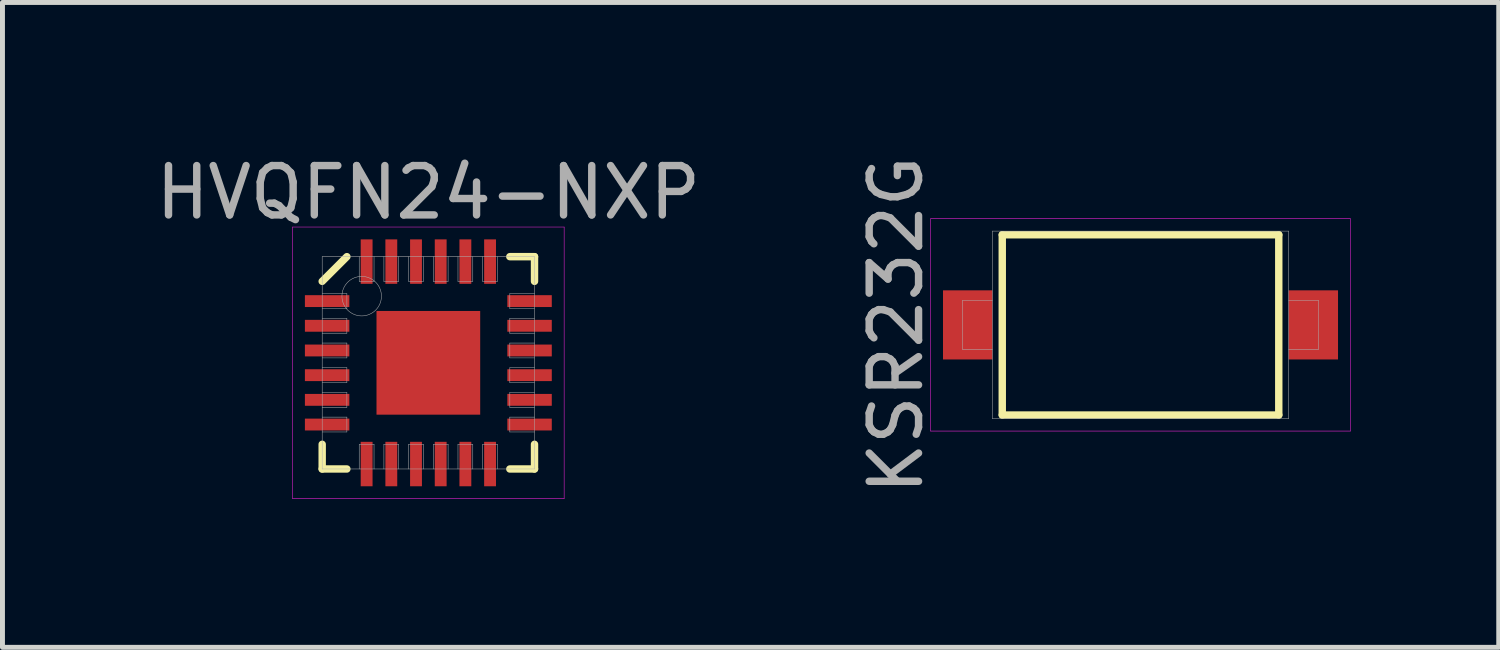
<source format=kicad_pcb>
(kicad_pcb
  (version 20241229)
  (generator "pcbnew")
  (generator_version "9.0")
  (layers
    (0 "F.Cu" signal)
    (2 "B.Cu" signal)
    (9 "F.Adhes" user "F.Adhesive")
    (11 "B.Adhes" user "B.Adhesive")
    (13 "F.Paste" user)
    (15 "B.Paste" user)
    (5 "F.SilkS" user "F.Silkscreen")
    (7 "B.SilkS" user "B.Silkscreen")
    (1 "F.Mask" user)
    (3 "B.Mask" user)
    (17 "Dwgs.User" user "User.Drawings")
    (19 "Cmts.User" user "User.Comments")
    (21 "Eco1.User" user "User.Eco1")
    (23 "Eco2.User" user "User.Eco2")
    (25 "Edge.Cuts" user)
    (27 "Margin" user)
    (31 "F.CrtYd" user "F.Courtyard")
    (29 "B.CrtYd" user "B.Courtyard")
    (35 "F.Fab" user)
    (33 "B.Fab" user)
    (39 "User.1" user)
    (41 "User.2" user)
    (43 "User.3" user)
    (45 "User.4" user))
  (footprint "HVQFN24-NXP"
    (layer "F.Cu")
    (at 5.625 4.298)
    (property "Reference" "HVQFN24-NXP" (at 0 -3.45 0) (layer "F.Fab") (effects (font (size 1 1) (thickness 0.15))))
    (attr through_hole)
    (fp_line (start -2.15 -1.65) (end -1.65 -2.15) (stroke (width 0.15) (type solid)) (layer "F.SilkS"))
    (fp_line (start -2.15 2.15) (end -2.15 1.65) (stroke (width 0.15) (type solid)) (layer "F.SilkS"))
    (fp_line (start -1.65 2.15) (end -2.15 2.15) (stroke (width 0.15) (type solid)) (layer "F.SilkS"))
    (fp_line (start 1.65 -2.15) (end 2.15 -2.15) (stroke (width 0.15) (type solid)) (layer "F.SilkS"))
    (fp_line (start 1.65 2.15) (end 2.15 2.15) (stroke (width 0.15) (type solid)) (layer "F.SilkS"))
    (fp_line (start 2.15 -2.15) (end 2.15 -1.65) (stroke (width 0.15) (type solid)) (layer "F.SilkS"))
    (fp_line (start 2.15 2.15) (end 2.15 1.65) (stroke (width 0.15) (type solid)) (layer "F.SilkS"))
    (fp_line (start -2.75 -2.75) (end 2.75 -2.75) (stroke (width 0.01) (type solid)) (layer "F.CrtYd"))
    (fp_line (start -2.75 2.75) (end -2.75 -2.75) (stroke (width 0.01) (type solid)) (layer "F.CrtYd"))
    (fp_line (start 2.75 -2.75) (end 2.75 2.75) (stroke (width 0.01) (type solid)) (layer "F.CrtYd"))
    (fp_line (start 2.75 2.75) (end -2.75 2.75) (stroke (width 0.01) (type solid)) (layer "F.CrtYd"))
    (fp_line (start -2.15 -2.15) (end 2.15 -2.15) (stroke (width 0.01) (type solid)) (layer "F.Fab"))
    (fp_line (start -2.15 -1.1) (end -1.65 -1.1) (stroke (width 0.01) (type solid)) (layer "F.Fab"))
    (fp_line (start -2.15 -0.6) (end -1.65 -0.6) (stroke (width 0.01) (type solid)) (layer "F.Fab"))
    (fp_line (start -2.15 -0.1) (end -1.65 -0.1) (stroke (width 0.01) (type solid)) (layer "F.Fab"))
    (fp_line (start -2.15 0.4) (end -1.65 0.4) (stroke (width 0.01) (type solid)) (layer "F.Fab"))
    (fp_line (start -2.15 0.9) (end -1.65 0.9) (stroke (width 0.01) (type solid)) (layer "F.Fab"))
    (fp_line (start -2.15 1.4) (end -1.65 1.4) (stroke (width 0.01) (type solid)) (layer "F.Fab"))
    (fp_line (start -2.15 2.15) (end -2.15 -2.15) (stroke (width 0.01) (type solid)) (layer "F.Fab"))
    (fp_line (start -1.65 -1.4) (end -2.15 -1.4) (stroke (width 0.01) (type solid)) (layer "F.Fab"))
    (fp_line (start -1.65 -1.1) (end -1.65 -1.4) (stroke (width 0.01) (type solid)) (layer "F.Fab"))
    (fp_line (start -1.65 -0.9) (end -2.15 -0.9) (stroke (width 0.01) (type solid)) (layer "F.Fab"))
    (fp_line (start -1.65 -0.6) (end -1.65 -0.9) (stroke (width 0.01) (type solid)) (layer "F.Fab"))
    (fp_line (start -1.65 -0.4) (end -2.15 -0.4) (stroke (width 0.01) (type solid)) (layer "F.Fab"))
    (fp_line (start -1.65 -0.1) (end -1.65 -0.4) (stroke (width 0.01) (type solid)) (layer "F.Fab"))
    (fp_line (start -1.65 0.1) (end -2.15 0.1) (stroke (width 0.01) (type solid)) (layer "F.Fab"))
    (fp_line (start -1.65 0.4) (end -1.65 0.1) (stroke (width 0.01) (type solid)) (layer "F.Fab"))
    (fp_line (start -1.65 0.6) (end -2.15 0.6) (stroke (width 0.01) (type solid)) (layer "F.Fab"))
    (fp_line (start -1.65 0.9) (end -1.65 0.6) (stroke (width 0.01) (type solid)) (layer "F.Fab"))
    (fp_line (start -1.65 1.1) (end -2.15 1.1) (stroke (width 0.01) (type solid)) (layer "F.Fab"))
    (fp_line (start -1.65 1.4) (end -1.65 1.1) (stroke (width 0.01) (type solid)) (layer "F.Fab"))
    (fp_line (start -1.4 -2.15) (end -1.4 -1.65) (stroke (width 0.01) (type solid)) (layer "F.Fab"))
    (fp_line (start -1.4 -1.65) (end -1.1 -1.65) (stroke (width 0.01) (type solid)) (layer "F.Fab"))
    (fp_line (start -1.4 1.65) (end -1.4 2.15) (stroke (width 0.01) (type solid)) (layer "F.Fab"))
    (fp_line (start -1.1 -1.65) (end -1.1 -2.15) (stroke (width 0.01) (type solid)) (layer "F.Fab"))
    (fp_line (start -1.1 1.65) (end -1.4 1.65) (stroke (width 0.01) (type solid)) (layer "F.Fab"))
    (fp_line (start -1.1 2.15) (end -1.1 1.65) (stroke (width 0.01) (type solid)) (layer "F.Fab"))
    (fp_line (start -0.9 -2.15) (end -0.9 -1.65) (stroke (width 0.01) (type solid)) (layer "F.Fab"))
    (fp_line (start -0.9 -1.65) (end -0.6 -1.65) (stroke (width 0.01) (type solid)) (layer "F.Fab"))
    (fp_line (start -0.9 1.65) (end -0.9 2.15) (stroke (width 0.01) (type solid)) (layer "F.Fab"))
    (fp_line (start -0.6 -1.65) (end -0.6 -2.15) (stroke (width 0.01) (type solid)) (layer "F.Fab"))
    (fp_line (start -0.6 1.65) (end -0.9 1.65) (stroke (width 0.01) (type solid)) (layer "F.Fab"))
    (fp_line (start -0.6 2.15) (end -0.6 1.65) (stroke (width 0.01) (type solid)) (layer "F.Fab"))
    (fp_line (start -0.4 -2.15) (end -0.4 -1.65) (stroke (width 0.01) (type solid)) (layer "F.Fab"))
    (fp_line (start -0.4 -1.65) (end -0.1 -1.65) (stroke (width 0.01) (type solid)) (layer "F.Fab"))
    (fp_line (start -0.4 1.65) (end -0.4 2.15) (stroke (width 0.01) (type solid)) (layer "F.Fab"))
    (fp_line (start -0.1 -1.65) (end -0.1 -2.15) (stroke (width 0.01) (type solid)) (layer "F.Fab"))
    (fp_line (start -0.1 1.65) (end -0.4 1.65) (stroke (width 0.01) (type solid)) (layer "F.Fab"))
    (fp_line (start -0.1 2.15) (end -0.1 1.65) (stroke (width 0.01) (type solid)) (layer "F.Fab"))
    (fp_line (start 0.1 -2.15) (end 0.1 -1.65) (stroke (width 0.01) (type solid)) (layer "F.Fab"))
    (fp_line (start 0.1 -1.65) (end 0.4 -1.65) (stroke (width 0.01) (type solid)) (layer "F.Fab"))
    (fp_line (start 0.1 1.65) (end 0.1 2.15) (stroke (width 0.01) (type solid)) (layer "F.Fab"))
    (fp_line (start 0.4 -1.65) (end 0.4 -2.15) (stroke (width 0.01) (type solid)) (layer "F.Fab"))
    (fp_line (start 0.4 1.65) (end 0.1 1.65) (stroke (width 0.01) (type solid)) (layer "F.Fab"))
    (fp_line (start 0.4 2.15) (end 0.4 1.65) (stroke (width 0.01) (type solid)) (layer "F.Fab"))
    (fp_line (start 0.6 -2.15) (end 0.6 -1.65) (stroke (width 0.01) (type solid)) (layer "F.Fab"))
    (fp_line (start 0.6 -1.65) (end 0.9 -1.65) (stroke (width 0.01) (type solid)) (layer "F.Fab"))
    (fp_line (start 0.6 1.65) (end 0.6 2.15) (stroke (width 0.01) (type solid)) (layer "F.Fab"))
    (fp_line (start 0.9 -1.65) (end 0.9 -2.15) (stroke (width 0.01) (type solid)) (layer "F.Fab"))
    (fp_line (start 0.9 1.65) (end 0.6 1.65) (stroke (width 0.01) (type solid)) (layer "F.Fab"))
    (fp_line (start 0.9 2.15) (end 0.9 1.65) (stroke (width 0.01) (type solid)) (layer "F.Fab"))
    (fp_line (start 1.1 -2.15) (end 1.1 -1.65) (stroke (width 0.01) (type solid)) (layer "F.Fab"))
    (fp_line (start 1.1 -1.65) (end 1.4 -1.65) (stroke (width 0.01) (type solid)) (layer "F.Fab"))
    (fp_line (start 1.1 1.65) (end 1.1 2.15) (stroke (width 0.01) (type solid)) (layer "F.Fab"))
    (fp_line (start 1.4 -1.65) (end 1.4 -2.15) (stroke (width 0.01) (type solid)) (layer "F.Fab"))
    (fp_line (start 1.4 1.65) (end 1.1 1.65) (stroke (width 0.01) (type solid)) (layer "F.Fab"))
    (fp_line (start 1.4 2.15) (end 1.4 1.65) (stroke (width 0.01) (type solid)) (layer "F.Fab"))
    (fp_line (start 1.65 -1.4) (end 1.65 -1.1) (stroke (width 0.01) (type solid)) (layer "F.Fab"))
    (fp_line (start 1.65 -1.1) (end 2.15 -1.1) (stroke (width 0.01) (type solid)) (layer "F.Fab"))
    (fp_line (start 1.65 -0.9) (end 1.65 -0.6) (stroke (width 0.01) (type solid)) (layer "F.Fab"))
    (fp_line (start 1.65 -0.6) (end 2.15 -0.6) (stroke (width 0.01) (type solid)) (layer "F.Fab"))
    (fp_line (start 1.65 -0.4) (end 1.65 -0.1) (stroke (width 0.01) (type solid)) (layer "F.Fab"))
    (fp_line (start 1.65 -0.1) (end 2.15 -0.1) (stroke (width 0.01) (type solid)) (layer "F.Fab"))
    (fp_line (start 1.65 0.1) (end 1.65 0.4) (stroke (width 0.01) (type solid)) (layer "F.Fab"))
    (fp_line (start 1.65 0.4) (end 2.15 0.4) (stroke (width 0.01) (type solid)) (layer "F.Fab"))
    (fp_line (start 1.65 0.6) (end 1.65 0.9) (stroke (width 0.01) (type solid)) (layer "F.Fab"))
    (fp_line (start 1.65 0.9) (end 2.15 0.9) (stroke (width 0.01) (type solid)) (layer "F.Fab"))
    (fp_line (start 1.65 1.1) (end 1.65 1.4) (stroke (width 0.01) (type solid)) (layer "F.Fab"))
    (fp_line (start 1.65 1.4) (end 2.15 1.4) (stroke (width 0.01) (type solid)) (layer "F.Fab"))
    (fp_line (start 2.15 -2.15) (end 2.15 2.15) (stroke (width 0.01) (type solid)) (layer "F.Fab"))
    (fp_line (start 2.15 -1.4) (end 1.65 -1.4) (stroke (width 0.01) (type solid)) (layer "F.Fab"))
    (fp_line (start 2.15 -0.9) (end 1.65 -0.9) (stroke (width 0.01) (type solid)) (layer "F.Fab"))
    (fp_line (start 2.15 -0.4) (end 1.65 -0.4) (stroke (width 0.01) (type solid)) (layer "F.Fab"))
    (fp_line (start 2.15 0.1) (end 1.65 0.1) (stroke (width 0.01) (type solid)) (layer "F.Fab"))
    (fp_line (start 2.15 0.6) (end 1.65 0.6) (stroke (width 0.01) (type solid)) (layer "F.Fab"))
    (fp_line (start 2.15 1.1) (end 1.65 1.1) (stroke (width 0.01) (type solid)) (layer "F.Fab"))
    (fp_line (start 2.15 2.15) (end -2.15 2.15) (stroke (width 0.01) (type solid)) (layer "F.Fab"))
    (fp_circle (center -1.35 -1.35) (end -1.35 -0.95) (stroke (width 0.01) (type solid)) (fill no) (layer "F.Fab"))
    (pad "" smd rect (at -0.425 -0.425) (size 0.45 0.45) (layers "F.Mask"))
    (pad "" smd rect (at -0.425 -0.425) (size 0.45 0.45) (layers "F.Paste"))
    (pad "" smd rect (at -0.425 0.425) (size 0.45 0.45) (layers "F.Mask"))
    (pad "" smd rect (at -0.425 0.425) (size 0.45 0.45) (layers "F.Paste"))
    (pad "" smd rect (at 0.425 -0.425) (size 0.45 0.45) (layers "F.Mask"))
    (pad "" smd rect (at 0.425 -0.425) (size 0.45 0.45) (layers "F.Paste"))
    (pad "" smd rect (at 0.425 0.425) (size 0.45 0.45) (layers "F.Mask"))
    (pad "" smd rect (at 0.425 0.425) (size 0.45 0.45) (layers "F.Paste"))
    (pad "1" smd rect (at -2.05 -1.25) (size 0.9 0.24) (layers "F.Cu" "F.Mask" "F.Paste"))
    (pad "2" smd rect (at -2.05 -0.75) (size 0.9 0.24) (layers "F.Cu" "F.Mask" "F.Paste"))
    (pad "3" smd rect (at -2.05 -0.25) (size 0.9 0.24) (layers "F.Cu" "F.Mask" "F.Paste"))
    (pad "4" smd rect (at -2.05 0.25) (size 0.9 0.24) (layers "F.Cu" "F.Mask" "F.Paste"))
    (pad "5" smd rect (at -2.05 0.75) (size 0.9 0.24) (layers "F.Cu" "F.Mask" "F.Paste"))
    (pad "6" smd rect (at -2.05 1.25) (size 0.9 0.24) (layers "F.Cu" "F.Mask" "F.Paste"))
    (pad "7" smd rect (at -1.25 2.05) (size 0.24 0.9) (layers "F.Cu" "F.Mask" "F.Paste"))
    (pad "8" smd rect (at -0.75 2.05) (size 0.24 0.9) (layers "F.Cu" "F.Mask" "F.Paste"))
    (pad "9" smd rect (at -0.25 2.05) (size 0.24 0.9) (layers "F.Cu" "F.Mask" "F.Paste"))
    (pad "10" smd rect (at 0.25 2.05) (size 0.24 0.9) (layers "F.Cu" "F.Mask" "F.Paste"))
    (pad "11" smd rect (at 0.75 2.05) (size 0.24 0.9) (layers "F.Cu" "F.Mask" "F.Paste"))
    (pad "12" smd rect (at 1.25 2.05) (size 0.24 0.9) (layers "F.Cu" "F.Mask" "F.Paste"))
    (pad "13" smd rect (at 2.05 1.25) (size 0.9 0.24) (layers "F.Cu" "F.Mask" "F.Paste"))
    (pad "14" smd rect (at 2.05 0.75) (size 0.9 0.24) (layers "F.Cu" "F.Mask" "F.Paste"))
    (pad "15" smd rect (at 2.05 0.25) (size 0.9 0.24) (layers "F.Cu" "F.Mask" "F.Paste"))
    (pad "16" smd rect (at 2.05 -0.25) (size 0.9 0.24) (layers "F.Cu" "F.Mask" "F.Paste"))
    (pad "17" smd rect (at 2.05 -0.75) (size 0.9 0.24) (layers "F.Cu" "F.Mask" "F.Paste"))
    (pad "18" smd rect (at 2.05 -1.25) (size 0.9 0.24) (layers "F.Cu" "F.Mask" "F.Paste"))
    (pad "19" smd rect (at 1.25 -2.05) (size 0.24 0.9) (layers "F.Cu" "F.Mask" "F.Paste"))
    (pad "20" smd rect (at 0.75 -2.05) (size 0.24 0.9) (layers "F.Cu" "F.Mask" "F.Paste"))
    (pad "21" smd rect (at 0.25 -2.05) (size 0.24 0.9) (layers "F.Cu" "F.Mask" "F.Paste"))
    (pad "22" smd rect (at -0.25 -2.05) (size 0.24 0.9) (layers "F.Cu" "F.Mask" "F.Paste"))
    (pad "23" smd rect (at -0.75 -2.05) (size 0.24 0.9) (layers "F.Cu" "F.Mask" "F.Paste"))
    (pad "24" smd rect (at -1.25 -2.05) (size 0.24 0.9) (layers "F.Cu" "F.Mask" "F.Paste"))
    (pad "EP" smd rect (at 0 0) (size 2.1 2.1) (layers "F.Cu")))
  (footprint "KSR232G"
    (layer "F.Cu")
    (at 20.048 3.53)
    (property "Reference" "KSR232G" (at -4.95 0 90) (layer "F.Fab") (effects (font (size 1 1) (thickness 0.15))))
    (attr through_hole)
    (fp_line (start -2.8 -1.825) (end 2.8 -1.825) (stroke (width 0.15) (type solid)) (layer "F.SilkS"))
    (fp_line (start -2.8 1.825) (end -2.8 -1.825) (stroke (width 0.15) (type solid)) (layer "F.SilkS"))
    (fp_line (start 2.8 -1.825) (end 2.8 1.825) (stroke (width 0.15) (type solid)) (layer "F.SilkS"))
    (fp_line (start 2.8 1.825) (end -2.8 1.825) (stroke (width 0.15) (type solid)) (layer "F.SilkS"))
    (fp_line (start -4.25 -2.15) (end 4.25 -2.15) (stroke (width 0.01) (type solid)) (layer "F.CrtYd"))
    (fp_line (start -4.25 2.15) (end -4.25 -2.15) (stroke (width 0.01) (type solid)) (layer "F.CrtYd"))
    (fp_line (start 4.25 -2.15) (end 4.25 2.15) (stroke (width 0.01) (type solid)) (layer "F.CrtYd"))
    (fp_line (start 4.25 2.15) (end -4.25 2.15) (stroke (width 0.01) (type solid)) (layer "F.CrtYd"))
    (fp_line (start -3.6 -0.5) (end -3.6 0.5) (stroke (width 0.01) (type solid)) (layer "F.Fab"))
    (fp_line (start -3.6 -0.5) (end -3 -0.5) (stroke (width 0.01) (type solid)) (layer "F.Fab"))
    (fp_line (start -3.6 0.5) (end -3 0.5) (stroke (width 0.01) (type solid)) (layer "F.Fab"))
    (fp_line (start -3 -1.9) (end 3 -1.9) (stroke (width 0.01) (type solid)) (layer "F.Fab"))
    (fp_line (start -3 1.9) (end -3 -1.9) (stroke (width 0.01) (type solid)) (layer "F.Fab"))
    (fp_line (start 3 -1.9) (end 3 1.9) (stroke (width 0.01) (type solid)) (layer "F.Fab"))
    (fp_line (start 3 1.9) (end -3 1.9) (stroke (width 0.01) (type solid)) (layer "F.Fab"))
    (fp_line (start 3.6 -0.5) (end 3 -0.5) (stroke (width 0.01) (type solid)) (layer "F.Fab"))
    (fp_line (start 3.6 -0.5) (end 3.6 0.5) (stroke (width 0.01) (type solid)) (layer "F.Fab"))
    (fp_line (start 3.6 0.5) (end 3 0.5) (stroke (width 0.01) (type solid)) (layer "F.Fab"))
    (pad "1" smd rect (at -3.5 0) (size 1 1.4) (layers "F.Cu" "F.Mask" "F.Paste"))
    (pad "2" smd rect (at 3.5 0) (size 1 1.4) (layers "F.Cu" "F.Mask" "F.Paste")))
  (gr_rect
    (start -3 -3)
    (end 27.303 10.06)
    (stroke (width 0.1) (type default))
    (fill no)
    (layer "Edge.Cuts")))
</source>
